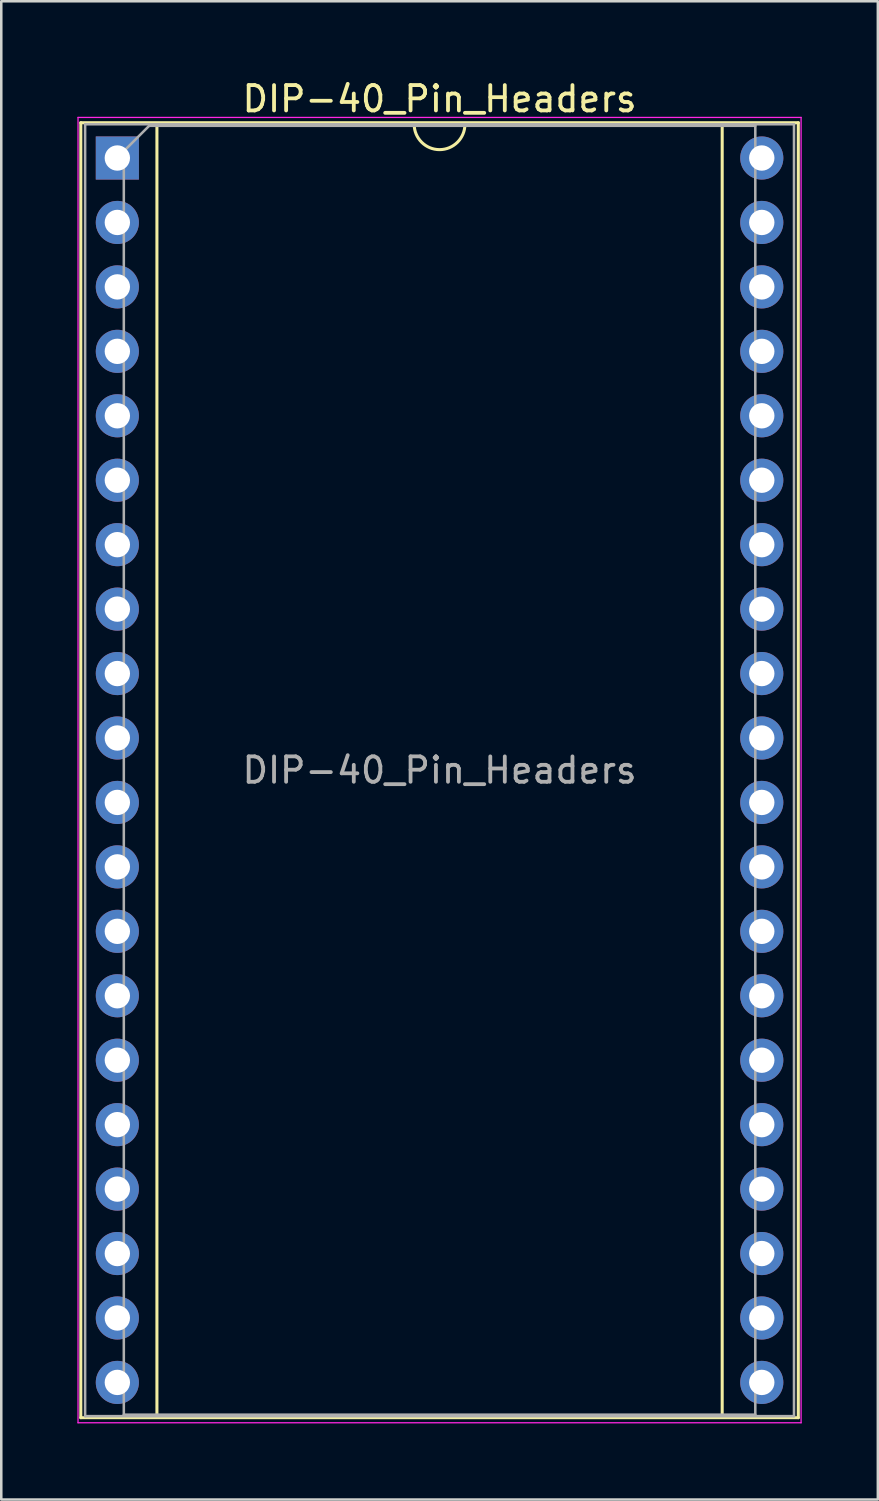
<source format=kicad_pcb>
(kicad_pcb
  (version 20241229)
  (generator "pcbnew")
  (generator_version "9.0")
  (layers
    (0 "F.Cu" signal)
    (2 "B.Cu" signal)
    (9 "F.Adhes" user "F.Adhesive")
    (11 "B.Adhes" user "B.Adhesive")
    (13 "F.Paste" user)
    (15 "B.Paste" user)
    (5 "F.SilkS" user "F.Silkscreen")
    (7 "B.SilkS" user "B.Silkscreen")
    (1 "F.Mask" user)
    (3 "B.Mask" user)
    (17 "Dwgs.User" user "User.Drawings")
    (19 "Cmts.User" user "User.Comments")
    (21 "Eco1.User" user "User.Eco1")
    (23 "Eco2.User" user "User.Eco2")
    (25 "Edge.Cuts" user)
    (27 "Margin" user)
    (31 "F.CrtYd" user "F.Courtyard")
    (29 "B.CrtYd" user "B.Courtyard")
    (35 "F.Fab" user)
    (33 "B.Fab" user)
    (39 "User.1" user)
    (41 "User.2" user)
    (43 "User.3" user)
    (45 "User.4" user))
  (footprint "DIP-40_Pin_Headers"
    (layer "F.Cu")
    (at 1.575 3.178)
    (property "Reference" "DIP-40_Pin_Headers" (at 12.7 -2.33 0) (layer "F.SilkS") (effects (font (size 1 1) (thickness 0.15))))
    (attr through_hole)
    (fp_line (start -1.44 -1.39) (end -1.44 49.65) (stroke (width 0.12) (type solid)) (layer "F.SilkS"))
    (fp_line (start -1.44 49.65) (end 26.84 49.65) (stroke (width 0.12) (type solid)) (layer "F.SilkS"))
    (fp_line (start 1.56 -1.33) (end 1.56 49.59) (stroke (width 0.12) (type solid)) (layer "F.SilkS"))
    (fp_line (start 1.56 49.59) (end 23.84 49.59) (stroke (width 0.12) (type solid)) (layer "F.SilkS"))
    (fp_line (start 11.7 -1.33) (end 1.56 -1.33) (stroke (width 0.12) (type solid)) (layer "F.SilkS"))
    (fp_line (start 23.84 -1.33) (end 13.7 -1.33) (stroke (width 0.12) (type solid)) (layer "F.SilkS"))
    (fp_line (start 23.84 49.59) (end 23.84 -1.33) (stroke (width 0.12) (type solid)) (layer "F.SilkS"))
    (fp_line (start 26.84 -1.39) (end -1.44 -1.39) (stroke (width 0.12) (type solid)) (layer "F.SilkS"))
    (fp_line (start 26.84 49.65) (end 26.84 -1.39) (stroke (width 0.12) (type solid)) (layer "F.SilkS"))
    (fp_arc (start 13.7 -1.33) (mid 12.7 -0.33) (end 11.7 -1.33) (stroke (width 0.12) (type solid)) (layer "F.SilkS"))
    (fp_line (start -1.55 -1.6) (end -1.55 49.85) (stroke (width 0.05) (type solid)) (layer "F.CrtYd"))
    (fp_line (start -1.55 49.85) (end 26.95 49.85) (stroke (width 0.05) (type solid)) (layer "F.CrtYd"))
    (fp_line (start 26.95 -1.6) (end -1.55 -1.6) (stroke (width 0.05) (type solid)) (layer "F.CrtYd"))
    (fp_line (start 26.95 49.85) (end 26.95 -1.6) (stroke (width 0.05) (type solid)) (layer "F.CrtYd"))
    (fp_line (start -1.27 -1.33) (end -1.27 49.59) (stroke (width 0.1) (type solid)) (layer "F.Fab"))
    (fp_line (start -1.27 49.59) (end 26.67 49.59) (stroke (width 0.1) (type solid)) (layer "F.Fab"))
    (fp_line (start 0.255 -0.27) (end 1.255 -1.27) (stroke (width 0.1) (type solid)) (layer "F.Fab"))
    (fp_line (start 0.255 49.53) (end 0.255 -0.27) (stroke (width 0.1) (type solid)) (layer "F.Fab"))
    (fp_line (start 1.255 -1.27) (end 25.145 -1.27) (stroke (width 0.1) (type solid)) (layer "F.Fab"))
    (fp_line (start 25.145 -1.27) (end 25.145 49.53) (stroke (width 0.1) (type solid)) (layer "F.Fab"))
    (fp_line (start 25.145 49.53) (end 0.255 49.53) (stroke (width 0.1) (type solid)) (layer "F.Fab"))
    (fp_line (start 26.67 -1.33) (end -1.27 -1.33) (stroke (width 0.1) (type solid)) (layer "F.Fab"))
    (fp_line (start 26.67 49.59) (end 26.67 -1.33) (stroke (width 0.1) (type solid)) (layer "F.Fab"))
    (fp_text user "${REFERENCE}" (at 12.7 24.13 0) (layer "F.Fab") (effects (font (size 1 1) (thickness 0.15))))
    (pad "1" thru_hole rect (at 0 0) (size 1.7 1.7) (drill 1) (layers "*.Cu" "*.Mask"))
    (pad "2" thru_hole oval (at 0 2.54) (size 1.7 1.7) (drill 1) (layers "*.Cu" "*.Mask"))
    (pad "3" thru_hole oval (at 0 5.08) (size 1.7 1.7) (drill 1) (layers "*.Cu" "*.Mask"))
    (pad "4" thru_hole oval (at 0 7.62) (size 1.7 1.7) (drill 1) (layers "*.Cu" "*.Mask"))
    (pad "5" thru_hole oval (at 0 10.16) (size 1.7 1.7) (drill 1) (layers "*.Cu" "*.Mask"))
    (pad "6" thru_hole oval (at 0 12.7) (size 1.7 1.7) (drill 1) (layers "*.Cu" "*.Mask"))
    (pad "7" thru_hole oval (at 0 15.24) (size 1.7 1.7) (drill 1) (layers "*.Cu" "*.Mask"))
    (pad "8" thru_hole oval (at 0 17.78) (size 1.7 1.7) (drill 1) (layers "*.Cu" "*.Mask"))
    (pad "9" thru_hole oval (at 0 20.32) (size 1.7 1.7) (drill 1) (layers "*.Cu" "*.Mask"))
    (pad "10" thru_hole oval (at 0 22.86) (size 1.7 1.7) (drill 1) (layers "*.Cu" "*.Mask"))
    (pad "11" thru_hole oval (at 0 25.4) (size 1.7 1.7) (drill 1) (layers "*.Cu" "*.Mask"))
    (pad "12" thru_hole oval (at 0 27.94) (size 1.7 1.7) (drill 1) (layers "*.Cu" "*.Mask"))
    (pad "13" thru_hole oval (at 0 30.48) (size 1.7 1.7) (drill 1) (layers "*.Cu" "*.Mask"))
    (pad "14" thru_hole oval (at 0 33.02) (size 1.7 1.7) (drill 1) (layers "*.Cu" "*.Mask"))
    (pad "15" thru_hole oval (at 0 35.56) (size 1.7 1.7) (drill 1) (layers "*.Cu" "*.Mask"))
    (pad "16" thru_hole oval (at 0 38.1) (size 1.7 1.7) (drill 1) (layers "*.Cu" "*.Mask"))
    (pad "17" thru_hole oval (at 0 40.64) (size 1.7 1.7) (drill 1) (layers "*.Cu" "*.Mask"))
    (pad "18" thru_hole oval (at 0 43.18) (size 1.7 1.7) (drill 1) (layers "*.Cu" "*.Mask"))
    (pad "19" thru_hole oval (at 0 45.72) (size 1.7 1.7) (drill 1) (layers "*.Cu" "*.Mask"))
    (pad "20" thru_hole oval (at 0 48.26) (size 1.7 1.7) (drill 1) (layers "*.Cu" "*.Mask"))
    (pad "21" thru_hole oval (at 25.4 48.26) (size 1.7 1.7) (drill 1) (layers "*.Cu" "*.Mask"))
    (pad "22" thru_hole oval (at 25.4 45.72) (size 1.7 1.7) (drill 1) (layers "*.Cu" "*.Mask"))
    (pad "23" thru_hole oval (at 25.4 43.18) (size 1.7 1.7) (drill 1) (layers "*.Cu" "*.Mask"))
    (pad "24" thru_hole oval (at 25.4 40.64) (size 1.7 1.7) (drill 1) (layers "*.Cu" "*.Mask"))
    (pad "25" thru_hole oval (at 25.4 38.1) (size 1.7 1.7) (drill 1) (layers "*.Cu" "*.Mask"))
    (pad "26" thru_hole oval (at 25.4 35.56) (size 1.7 1.7) (drill 1) (layers "*.Cu" "*.Mask"))
    (pad "27" thru_hole oval (at 25.4 33.02) (size 1.7 1.7) (drill 1) (layers "*.Cu" "*.Mask"))
    (pad "28" thru_hole oval (at 25.4 30.48) (size 1.7 1.7) (drill 1) (layers "*.Cu" "*.Mask"))
    (pad "29" thru_hole oval (at 25.4 27.94) (size 1.7 1.7) (drill 1) (layers "*.Cu" "*.Mask"))
    (pad "30" thru_hole oval (at 25.4 25.4) (size 1.7 1.7) (drill 1) (layers "*.Cu" "*.Mask"))
    (pad "31" thru_hole oval (at 25.4 22.86) (size 1.7 1.7) (drill 1) (layers "*.Cu" "*.Mask"))
    (pad "32" thru_hole oval (at 25.4 20.32) (size 1.7 1.7) (drill 1) (layers "*.Cu" "*.Mask"))
    (pad "33" thru_hole oval (at 25.4 17.78) (size 1.7 1.7) (drill 1) (layers "*.Cu" "*.Mask"))
    (pad "34" thru_hole oval (at 25.4 15.24) (size 1.7 1.7) (drill 1) (layers "*.Cu" "*.Mask"))
    (pad "35" thru_hole oval (at 25.4 12.7) (size 1.7 1.7) (drill 1) (layers "*.Cu" "*.Mask"))
    (pad "36" thru_hole oval (at 25.4 10.16) (size 1.7 1.7) (drill 1) (layers "*.Cu" "*.Mask"))
    (pad "37" thru_hole oval (at 25.4 7.62) (size 1.7 1.7) (drill 1) (layers "*.Cu" "*.Mask"))
    (pad "38" thru_hole oval (at 25.4 5.08) (size 1.7 1.7) (drill 1) (layers "*.Cu" "*.Mask"))
    (pad "39" thru_hole oval (at 25.4 2.54) (size 1.7 1.7) (drill 1) (layers "*.Cu" "*.Mask"))
    (pad "40" thru_hole oval (at 25.4 0) (size 1.7 1.7) (drill 1) (layers "*.Cu" "*.Mask")))
  (gr_rect
    (start -3 -3)
    (end 31.55 56.053)
    (stroke (width 0.1) (type default))
    (fill no)
    (layer "Edge.Cuts")))
</source>
